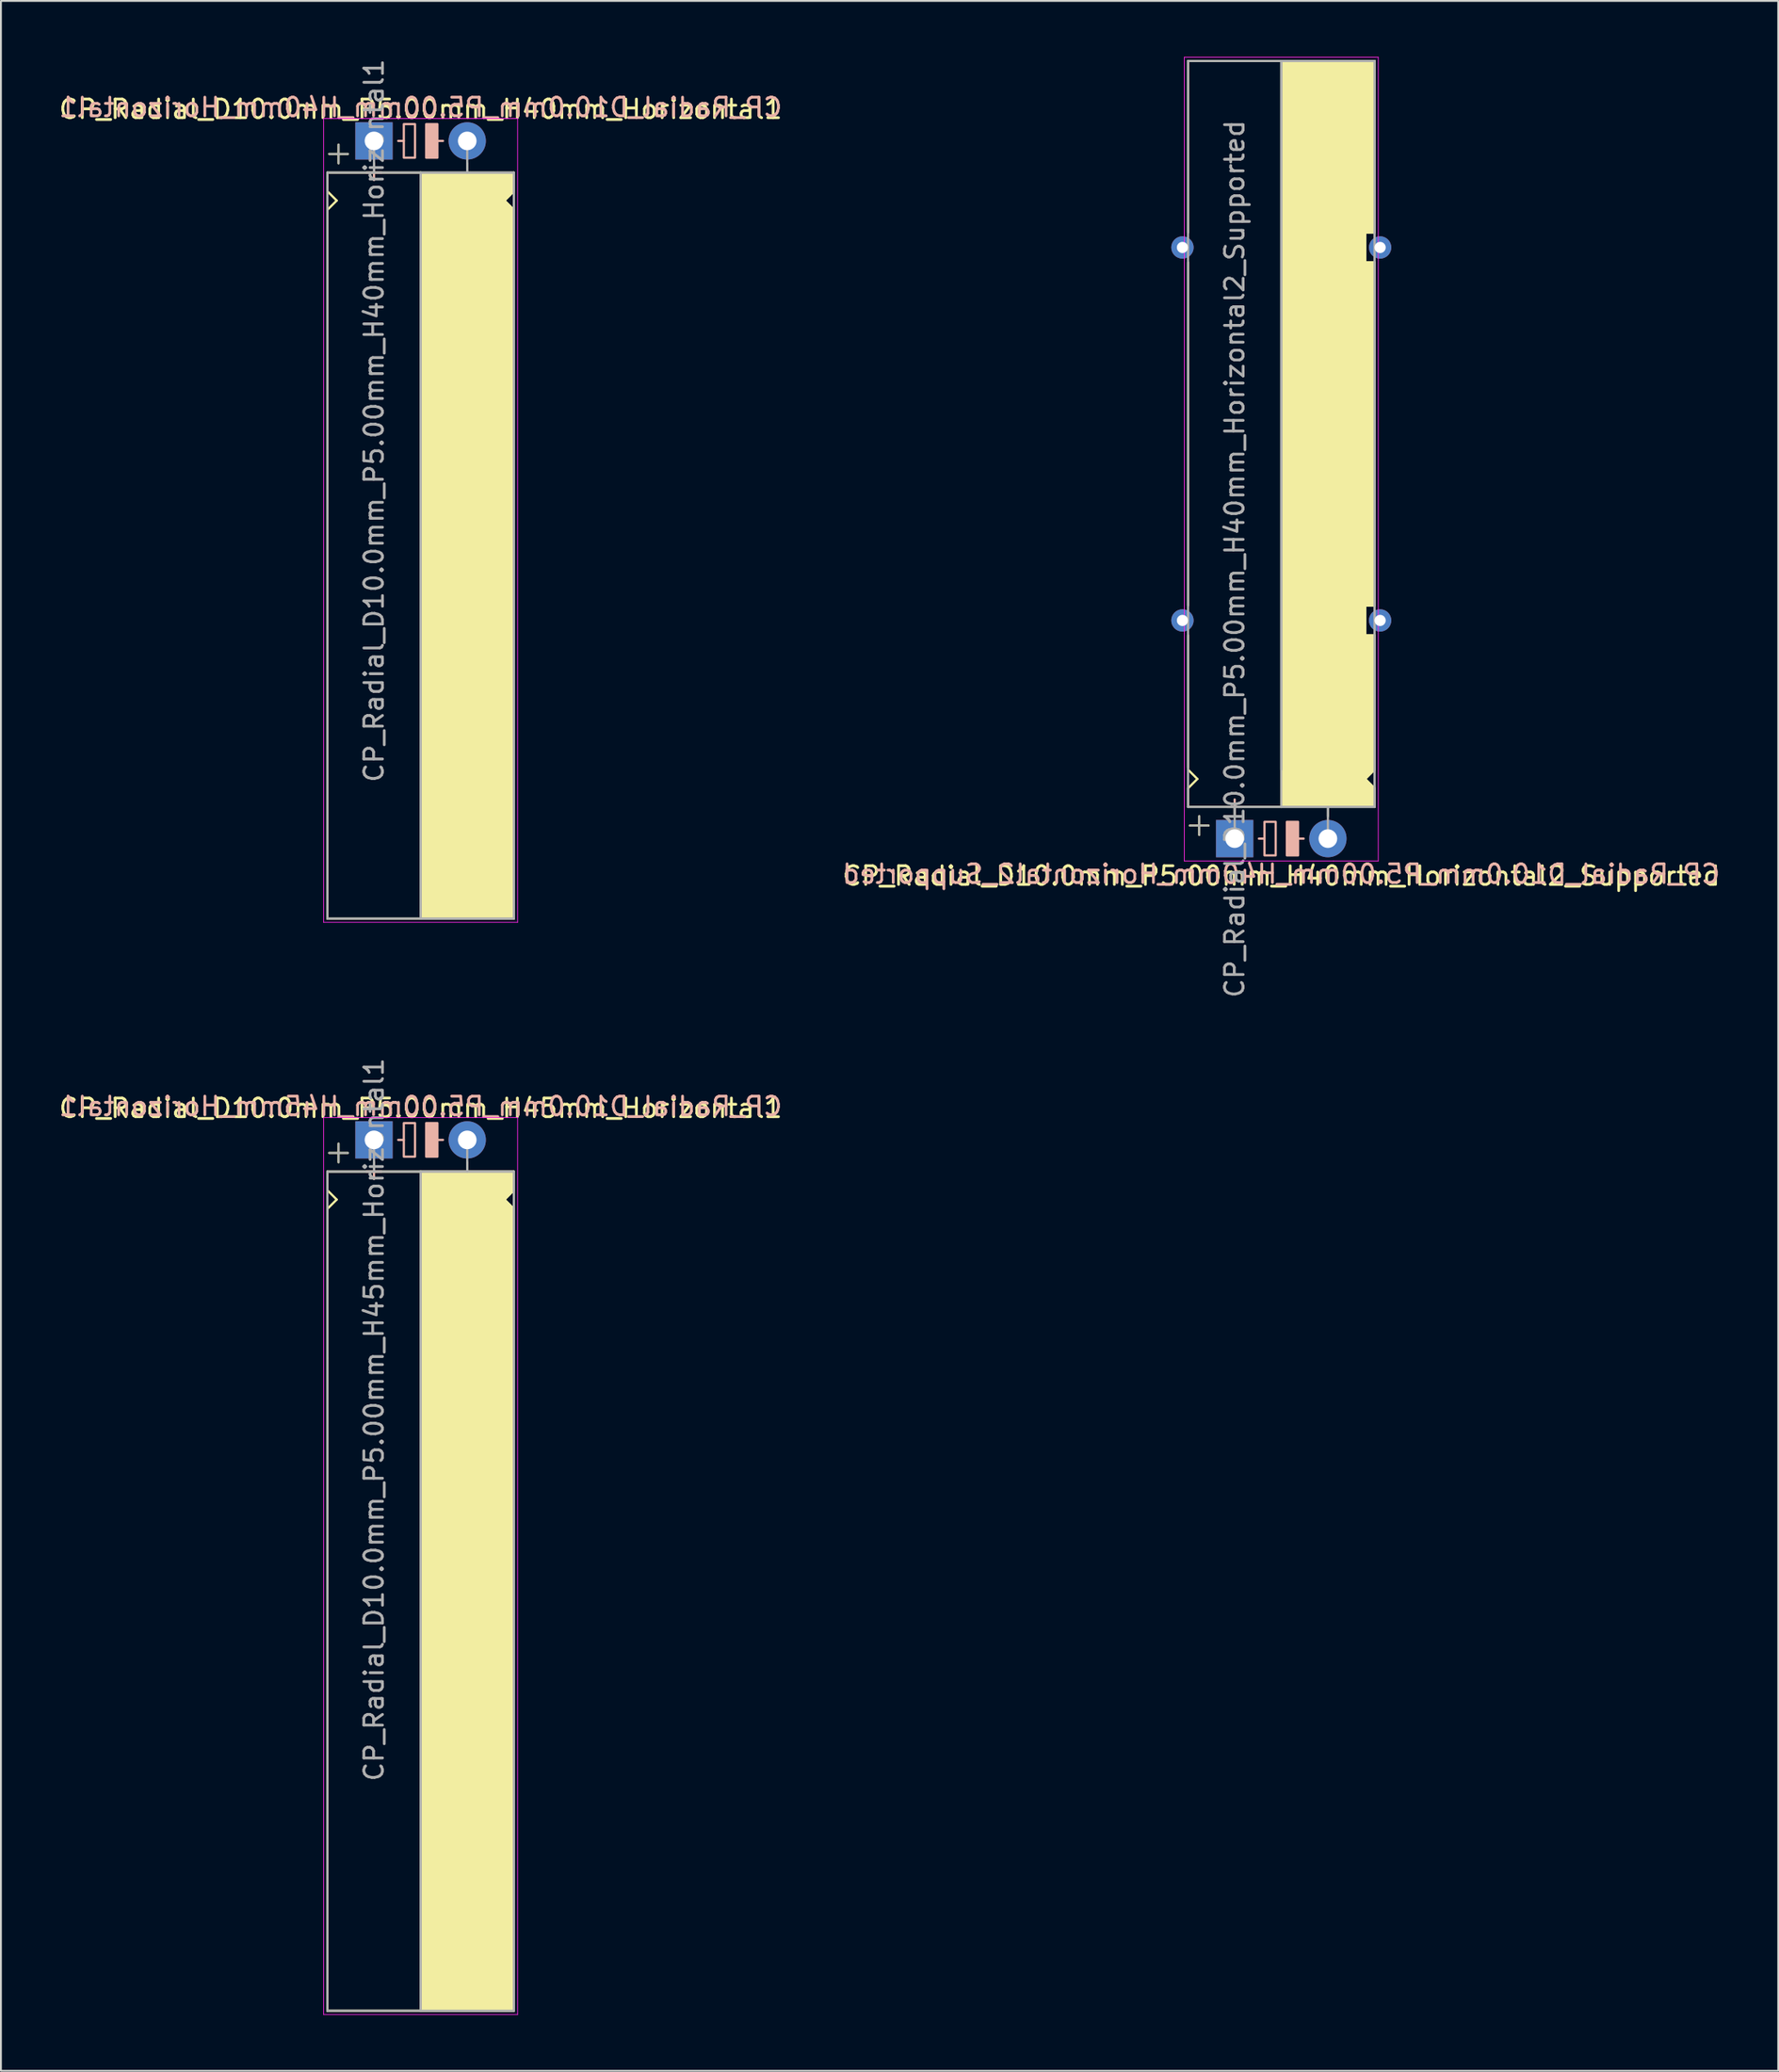
<source format=kicad_pcb>
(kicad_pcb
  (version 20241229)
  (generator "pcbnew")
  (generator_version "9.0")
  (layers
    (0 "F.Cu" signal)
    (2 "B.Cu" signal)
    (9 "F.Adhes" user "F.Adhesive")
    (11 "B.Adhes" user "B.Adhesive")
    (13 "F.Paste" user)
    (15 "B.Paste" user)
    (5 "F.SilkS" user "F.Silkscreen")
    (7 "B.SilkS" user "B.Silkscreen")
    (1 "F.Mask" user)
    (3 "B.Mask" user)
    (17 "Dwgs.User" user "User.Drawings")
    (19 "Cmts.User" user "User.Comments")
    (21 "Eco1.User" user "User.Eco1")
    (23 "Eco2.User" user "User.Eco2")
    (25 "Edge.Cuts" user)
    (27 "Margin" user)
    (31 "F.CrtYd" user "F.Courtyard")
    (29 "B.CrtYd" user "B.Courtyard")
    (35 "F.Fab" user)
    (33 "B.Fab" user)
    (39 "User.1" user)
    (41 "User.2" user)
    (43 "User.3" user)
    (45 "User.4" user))
  (footprint "CP_Radial_D10.0mm_P5.00mm_H45mm_Horizontal1"
    (layer "F.Cu")
    (at 17.006 58.075)
    (property "Reference" "CP_Radial_D10.0mm_P5.00mm_H45mm_Horizontal1" (at 2.5 -1.7 0) (layer "F.SilkS") (effects (font (size 1 1) (thickness 0.15))))
    (fp_line (start -2.5 1.7) (end -2.5 2.7) (stroke (width 0.12) (type solid)) (layer "F.SilkS"))
    (fp_line (start -2.5 2.7) (end -2 3.2) (stroke (width 0.12) (type solid)) (layer "F.SilkS"))
    (fp_line (start -2.5 3.7) (end -2.5 11.7) (stroke (width 0.12) (type solid)) (layer "F.SilkS"))
    (fp_line (start -2.5 11.7) (end -2.5 46.7) (stroke (width 0.12) (type solid)) (layer "F.SilkS"))
    (fp_line (start -2.5 46.7) (end 7.5 46.7) (stroke (width 0.12) (type solid)) (layer "F.SilkS"))
    (fp_line (start -2 3.2) (end -2.5 3.7) (stroke (width 0.12) (type solid)) (layer "F.SilkS"))
    (fp_line (start -1.9 0.2) (end -1.9 1.2) (stroke (width 0.12) (type solid)) (layer "F.SilkS"))
    (fp_line (start -1.4 0.7) (end -2.4 0.7) (stroke (width 0.12) (type solid)) (layer "F.SilkS"))
    (fp_line (start 0 1.7) (end 0 1.2) (stroke (width 0.12) (type solid)) (layer "F.SilkS"))
    (fp_line (start 2.5 1.7) (end -2.5 1.7) (stroke (width 0.12) (type solid)) (layer "F.SilkS"))
    (fp_line (start 2.5 46.7) (end 2.5 1.7) (stroke (width 0.12) (type solid)) (layer "F.SilkS"))
    (fp_line (start 5 1.7) (end 5 1.2) (stroke (width 0.12) (type solid)) (layer "F.SilkS"))
    (fp_line (start 7 3.2) (end 7.5 3.7) (stroke (width 0.12) (type solid)) (layer "F.SilkS"))
    (fp_line (start 7.5 1.7) (end 2.5 1.7) (stroke (width 0.12) (type solid)) (layer "F.SilkS"))
    (fp_line (start 7.5 1.7) (end 7.5 2.7) (stroke (width 0.12) (type solid)) (layer "F.SilkS"))
    (fp_line (start 7.5 2.7) (end 7 3.2) (stroke (width 0.12) (type solid)) (layer "F.SilkS"))
    (fp_line (start 7.5 3.7) (end 7.5 11.7) (stroke (width 0.12) (type solid)) (layer "F.SilkS"))
    (fp_line (start 7.5 11.7) (end 7.5 46.7) (stroke (width 0.12) (type solid)) (layer "F.SilkS"))
    (fp_poly (pts (xy 7.5 2.7) (xy 7 3.2) (xy 7.5 3.7) (xy 7.5 46.7) (xy 2.5 46.7) (xy 2.5 1.7) (xy 7.5 1.7)) (stroke (width 0.1) (type solid)) (fill yes) (layer "F.SilkS"))
    (fp_line (start 0 1.3) (end 0 2.1) (stroke (width 0.12) (type solid)) (layer "B.SilkS"))
    (fp_line (start 0.4 1.7) (end -0.4 1.7) (stroke (width 0.12) (type solid)) (layer "B.SilkS"))
    (fp_line (start 1.6 0) (end 1.3 0) (stroke (width 0.12) (type solid)) (layer "B.SilkS"))
    (fp_line (start 3.7 0) (end 3.4 0) (stroke (width 0.12) (type solid)) (layer "B.SilkS"))
    (fp_rect (start 2.2 -0.9) (end 1.6 0.9) (stroke (width 0.12) (type solid)) (fill no) (layer "B.SilkS"))
    (fp_rect (start 3.4 -0.9) (end 2.8 0.9) (stroke (width 0.12) (type solid)) (fill yes) (layer "B.SilkS"))
    (fp_line (start -2.7 -1.2) (end 5.3 -1.2) (stroke (width 0.04) (type solid)) (layer "F.CrtYd"))
    (fp_line (start -2.7 46.9) (end -2.7 -1.2) (stroke (width 0.04) (type solid)) (layer "F.CrtYd"))
    (fp_line (start 5.3 -1.2) (end 7.7 -1.2) (stroke (width 0.04) (type solid)) (layer "F.CrtYd"))
    (fp_line (start 7.7 -1.2) (end 7.7 46.9) (stroke (width 0.04) (type solid)) (layer "F.CrtYd"))
    (fp_line (start 7.7 46.9) (end -2.7 46.9) (stroke (width 0.04) (type solid)) (layer "F.CrtYd"))
    (fp_line (start -2.5 1.7) (end -2.5 46.7) (stroke (width 0.12) (type solid)) (layer "F.Fab"))
    (fp_line (start -2.5 46.7) (end 7.5 46.7) (stroke (width 0.12) (type solid)) (layer "F.Fab"))
    (fp_line (start -2.4 0.7) (end -1.4 0.7) (stroke (width 0.1) (type solid)) (layer "F.Fab"))
    (fp_line (start -1.9 1.2) (end -1.9 0.2) (stroke (width 0.1) (type solid)) (layer "F.Fab"))
    (fp_line (start 0 1.7) (end 0 0) (stroke (width 0.12) (type solid)) (layer "F.Fab"))
    (fp_line (start 2.5 1.7) (end 2.5 46.7) (stroke (width 0.12) (type solid)) (layer "F.Fab"))
    (fp_line (start 5 1.7) (end 5 0) (stroke (width 0.12) (type solid)) (layer "F.Fab"))
    (fp_line (start 7.5 1.7) (end -2.5 1.7) (stroke (width 0.12) (type solid)) (layer "F.Fab"))
    (fp_line (start 7.5 46.7) (end 7.5 1.7) (stroke (width 0.12) (type solid)) (layer "F.Fab"))
    (fp_poly (pts (xy 7.5 46.7) (xy 2.5 46.7) (xy 2.5 1.7) (xy 7.5 1.7)) (stroke (width 0.1) (type solid)) (fill no) (layer "F.Fab"))
    (fp_text user "${REFERENCE}" (at 2.5 -1.8 0) (layer "B.SilkS") (effects (font (size 1 1) (thickness 0.15)) (justify mirror)))
    (fp_text user "${REFERENCE}" (at 0 15 90) (layer "F.Fab") (effects (font (size 1 1) (thickness 0.15))))
    (pad "1" thru_hole rect (at 0 0) (size 2 2) (drill 1) (layers "*.Cu" "*.Mask"))
    (pad "2" thru_hole circle (at 5 0) (size 2 2) (drill 1) (layers "*.Cu" "*.Mask")))
  (footprint "CP_Radial_D10.0mm_P5.00mm_H40mm_Horizontal1"
    (layer "F.Cu")
    (at 17.006 4.506)
    (property "Reference" "CP_Radial_D10.0mm_P5.00mm_H40mm_Horizontal1" (at 2.5 -1.7 0) (layer "F.SilkS") (effects (font (size 1 1) (thickness 0.15))))
    (fp_line (start -2.5 1.7) (end -2.5 2.7) (stroke (width 0.12) (type solid)) (layer "F.SilkS"))
    (fp_line (start -2.5 2.7) (end -2 3.2) (stroke (width 0.12) (type solid)) (layer "F.SilkS"))
    (fp_line (start -2.5 3.7) (end -2.5 11.7) (stroke (width 0.12) (type solid)) (layer "F.SilkS"))
    (fp_line (start -2.5 11.7) (end -2.5 41.7) (stroke (width 0.12) (type solid)) (layer "F.SilkS"))
    (fp_line (start -2.5 41.7) (end 7.5 41.7) (stroke (width 0.12) (type solid)) (layer "F.SilkS"))
    (fp_line (start -2 3.2) (end -2.5 3.7) (stroke (width 0.12) (type solid)) (layer "F.SilkS"))
    (fp_line (start -1.9 0.2) (end -1.9 1.2) (stroke (width 0.12) (type solid)) (layer "F.SilkS"))
    (fp_line (start -1.4 0.7) (end -2.4 0.7) (stroke (width 0.12) (type solid)) (layer "F.SilkS"))
    (fp_line (start 0 1.7) (end 0 1.2) (stroke (width 0.12) (type solid)) (layer "F.SilkS"))
    (fp_line (start 2.5 1.7) (end -2.5 1.7) (stroke (width 0.12) (type solid)) (layer "F.SilkS"))
    (fp_line (start 2.5 41.7) (end 2.5 1.7) (stroke (width 0.12) (type solid)) (layer "F.SilkS"))
    (fp_line (start 5 1.7) (end 5 1.2) (stroke (width 0.12) (type solid)) (layer "F.SilkS"))
    (fp_line (start 7 3.2) (end 7.5 3.7) (stroke (width 0.12) (type solid)) (layer "F.SilkS"))
    (fp_line (start 7.5 1.7) (end 2.5 1.7) (stroke (width 0.12) (type solid)) (layer "F.SilkS"))
    (fp_line (start 7.5 1.7) (end 7.5 2.7) (stroke (width 0.12) (type solid)) (layer "F.SilkS"))
    (fp_line (start 7.5 2.7) (end 7 3.2) (stroke (width 0.12) (type solid)) (layer "F.SilkS"))
    (fp_line (start 7.5 3.7) (end 7.5 11.7) (stroke (width 0.12) (type solid)) (layer "F.SilkS"))
    (fp_line (start 7.5 11.7) (end 7.5 41.7) (stroke (width 0.12) (type solid)) (layer "F.SilkS"))
    (fp_poly (pts (xy 7.5 2.7) (xy 7 3.2) (xy 7.5 3.7) (xy 7.5 41.7) (xy 2.5 41.7) (xy 2.5 1.7) (xy 7.5 1.7)) (stroke (width 0.1) (type solid)) (fill yes) (layer "F.SilkS"))
    (fp_line (start 0 1.3) (end 0 2.1) (stroke (width 0.12) (type solid)) (layer "B.SilkS"))
    (fp_line (start 0.4 1.7) (end -0.4 1.7) (stroke (width 0.12) (type solid)) (layer "B.SilkS"))
    (fp_line (start 1.6 0) (end 1.3 0) (stroke (width 0.12) (type solid)) (layer "B.SilkS"))
    (fp_line (start 3.7 0) (end 3.4 0) (stroke (width 0.12) (type solid)) (layer "B.SilkS"))
    (fp_rect (start 2.2 -0.9) (end 1.6 0.9) (stroke (width 0.12) (type solid)) (fill no) (layer "B.SilkS"))
    (fp_rect (start 3.4 -0.9) (end 2.8 0.9) (stroke (width 0.12) (type solid)) (fill yes) (layer "B.SilkS"))
    (fp_line (start -2.7 -1.2) (end 5.3 -1.2) (stroke (width 0.04) (type solid)) (layer "F.CrtYd"))
    (fp_line (start -2.7 41.9) (end -2.7 -1.2) (stroke (width 0.04) (type solid)) (layer "F.CrtYd"))
    (fp_line (start 5.3 -1.2) (end 7.7 -1.2) (stroke (width 0.04) (type solid)) (layer "F.CrtYd"))
    (fp_line (start 7.7 -1.2) (end 7.7 41.9) (stroke (width 0.04) (type solid)) (layer "F.CrtYd"))
    (fp_line (start 7.7 41.9) (end -2.7 41.9) (stroke (width 0.04) (type solid)) (layer "F.CrtYd"))
    (fp_line (start -2.5 1.7) (end -2.5 41.7) (stroke (width 0.12) (type solid)) (layer "F.Fab"))
    (fp_line (start -2.5 41.7) (end 7.5 41.7) (stroke (width 0.12) (type solid)) (layer "F.Fab"))
    (fp_line (start -2.4 0.7) (end -1.4 0.7) (stroke (width 0.1) (type solid)) (layer "F.Fab"))
    (fp_line (start -1.9 1.2) (end -1.9 0.2) (stroke (width 0.1) (type solid)) (layer "F.Fab"))
    (fp_line (start 0 1.7) (end 0 0) (stroke (width 0.12) (type solid)) (layer "F.Fab"))
    (fp_line (start 2.5 1.7) (end 2.5 41.7) (stroke (width 0.12) (type solid)) (layer "F.Fab"))
    (fp_line (start 5 1.7) (end 5 0) (stroke (width 0.12) (type solid)) (layer "F.Fab"))
    (fp_line (start 7.5 1.7) (end -2.5 1.7) (stroke (width 0.12) (type solid)) (layer "F.Fab"))
    (fp_line (start 7.5 41.7) (end 7.5 1.7) (stroke (width 0.12) (type solid)) (layer "F.Fab"))
    (fp_poly (pts (xy 7.5 41.7) (xy 2.5 41.7) (xy 2.5 1.7) (xy 7.5 1.7)) (stroke (width 0.1) (type solid)) (fill no) (layer "F.Fab"))
    (fp_text user "${REFERENCE}" (at 2.5 -1.8 0) (layer "B.SilkS") (effects (font (size 1 1) (thickness 0.15)) (justify mirror)))
    (fp_text user "${REFERENCE}" (at 0 15 90) (layer "F.Fab") (effects (font (size 1 1) (thickness 0.15))))
    (pad "1" thru_hole rect (at 0 0) (size 2 2) (drill 1) (layers "*.Cu" "*.Mask"))
    (pad "2" thru_hole circle (at 5 0) (size 2 2) (drill 1) (layers "*.Cu" "*.Mask")))
  (footprint "CP_Radial_D10.0mm_P5.00mm_H40mm_Horizontal2_Supported"
    (layer "F.Cu")
    (at 63.161 41.92)
    (property "Reference" "CP_Radial_D10.0mm_P5.00mm_H40mm_Horizontal2_Supported" (at 2.5 2 0) (layer "F.SilkS") (effects (font (size 1 1) (thickness 0.15))))
    (fp_line (start -2.5 -41.7) (end 7.5 -41.7) (stroke (width 0.12) (type solid)) (layer "F.SilkS"))
    (fp_line (start -2.5 -32.5) (end -2.5 -41.7) (stroke (width 0.12) (type solid)) (layer "F.SilkS"))
    (fp_line (start -2.5 -12.5) (end -2.5 -30.9) (stroke (width 0.12) (type solid)) (layer "F.SilkS"))
    (fp_line (start -2.5 -3.8) (end -2.5 -10.9) (stroke (width 0.12) (type solid)) (layer "F.SilkS"))
    (fp_line (start -2.5 -2.7) (end -2 -3.2) (stroke (width 0.12) (type solid)) (layer "F.SilkS"))
    (fp_line (start -2.5 -1.7) (end -2.5 -2.7) (stroke (width 0.12) (type solid)) (layer "F.SilkS"))
    (fp_line (start -2 -3.2) (end -2.5 -3.7) (stroke (width 0.12) (type solid)) (layer "F.SilkS"))
    (fp_line (start -1.9 -1.2) (end -1.9 -0.2) (stroke (width 0.12) (type solid)) (layer "F.SilkS"))
    (fp_line (start -1.4 -0.7) (end -2.4 -0.7) (stroke (width 0.12) (type solid)) (layer "F.SilkS"))
    (fp_line (start 0 -1.7) (end 0 -1.2) (stroke (width 0.12) (type solid)) (layer "F.SilkS"))
    (fp_line (start 2.5 -41.7) (end 2.5 -1.7) (stroke (width 0.12) (type solid)) (layer "F.SilkS"))
    (fp_line (start 2.5 -1.7) (end -2.5 -1.7) (stroke (width 0.12) (type solid)) (layer "F.SilkS"))
    (fp_line (start 5 -1.7) (end 5 -1.2) (stroke (width 0.12) (type solid)) (layer "F.SilkS"))
    (fp_line (start 7 -32.5) (end 7.5 -32.5) (stroke (width 0.12) (type solid)) (layer "F.SilkS"))
    (fp_line (start 7 -30.9) (end 7 -32.5) (stroke (width 0.12) (type solid)) (layer "F.SilkS"))
    (fp_line (start 7 -12.5) (end 7.5 -12.5) (stroke (width 0.12) (type solid)) (layer "F.SilkS"))
    (fp_line (start 7 -10.9) (end 7 -12.5) (stroke (width 0.12) (type solid)) (layer "F.SilkS"))
    (fp_line (start 7 -3.2) (end 7.5 -3.7) (stroke (width 0.12) (type solid)) (layer "F.SilkS"))
    (fp_line (start 7.5 -32.5) (end 7.5 -41.7) (stroke (width 0.12) (type solid)) (layer "F.SilkS"))
    (fp_line (start 7.5 -30.9) (end 7 -30.9) (stroke (width 0.12) (type solid)) (layer "F.SilkS"))
    (fp_line (start 7.5 -12.5) (end 7.5 -30.9) (stroke (width 0.12) (type solid)) (layer "F.SilkS"))
    (fp_line (start 7.5 -10.9) (end 7 -10.9) (stroke (width 0.12) (type solid)) (layer "F.SilkS"))
    (fp_line (start 7.5 -3.7) (end 7.5 -10.9) (stroke (width 0.12) (type solid)) (layer "F.SilkS"))
    (fp_line (start 7.5 -2.7) (end 7 -3.2) (stroke (width 0.12) (type solid)) (layer "F.SilkS"))
    (fp_line (start 7.5 -1.7) (end 2.5 -1.7) (stroke (width 0.12) (type solid)) (layer "F.SilkS"))
    (fp_line (start 7.5 -1.7) (end 7.5 -2.7) (stroke (width 0.12) (type solid)) (layer "F.SilkS"))
    (fp_poly (pts (xy 7.5 -2.7) (xy 7 -3.2) (xy 7.5 -3.7) (xy 7.5 -10.9) (xy 7 -10.9) (xy 7 -12.5) (xy 7.5 -12.5) (xy 7.5 -30.9) (xy 7 -30.9) (xy 7 -32.5) (xy 7.5 -32.5) (xy 7.5 -41.7) (xy 2.5 -41.7) (xy 2.5 -1.7) (xy 7.5 -1.7)) (stroke (width 0.1) (type solid)) (fill yes) (layer "F.SilkS"))
    (fp_line (start 0 -2.1) (end 0 -1.3) (stroke (width 0.12) (type solid)) (layer "B.SilkS"))
    (fp_line (start 0.4 -1.7) (end -0.4 -1.7) (stroke (width 0.12) (type solid)) (layer "B.SilkS"))
    (fp_line (start 1.6 0) (end 1.3 0) (stroke (width 0.12) (type solid)) (layer "B.SilkS"))
    (fp_line (start 3.7 0) (end 3.4 0) (stroke (width 0.12) (type solid)) (layer "B.SilkS"))
    (fp_rect (start 2.2 -0.9) (end 1.6 0.9) (stroke (width 0.12) (type solid)) (fill no) (layer "B.SilkS"))
    (fp_rect (start 3.4 -0.9) (end 2.8 0.9) (stroke (width 0.12) (type solid)) (fill yes) (layer "B.SilkS"))
    (fp_line (start -2.7 -41.9) (end -2.7 1.2) (stroke (width 0.04) (type solid)) (layer "F.CrtYd"))
    (fp_line (start -2.7 1.2) (end 5.3 1.2) (stroke (width 0.04) (type solid)) (layer "F.CrtYd"))
    (fp_line (start 5.3 1.2) (end 7.7 1.2) (stroke (width 0.04) (type solid)) (layer "F.CrtYd"))
    (fp_line (start 7.7 -41.9) (end -2.7 -41.9) (stroke (width 0.04) (type solid)) (layer "F.CrtYd"))
    (fp_line (start 7.7 1.2) (end 7.7 -41.9) (stroke (width 0.04) (type solid)) (layer "F.CrtYd"))
    (fp_line (start -2.5 -41.7) (end 7.5 -41.7) (stroke (width 0.12) (type solid)) (layer "F.Fab"))
    (fp_line (start -2.5 -1.7) (end -2.5 -41.7) (stroke (width 0.12) (type solid)) (layer "F.Fab"))
    (fp_line (start -2.4 -0.7) (end -1.4 -0.7) (stroke (width 0.1) (type solid)) (layer "F.Fab"))
    (fp_line (start -1.9 -0.2) (end -1.9 -1.2) (stroke (width 0.1) (type solid)) (layer "F.Fab"))
    (fp_line (start 0 -1.7) (end 0 0) (stroke (width 0.12) (type solid)) (layer "F.Fab"))
    (fp_line (start 2.5 -3.7) (end 2.5 -41.7) (stroke (width 0.12) (type solid)) (layer "F.Fab"))
    (fp_line (start 5 -1.7) (end 5 0) (stroke (width 0.12) (type solid)) (layer "F.Fab"))
    (fp_line (start 7.5 -41.7) (end 7.5 -1.7) (stroke (width 0.12) (type solid)) (layer "F.Fab"))
    (fp_line (start 7.5 -1.7) (end -2.5 -1.7) (stroke (width 0.12) (type solid)) (layer "F.Fab"))
    (fp_poly (pts (xy 7.5 -41.7) (xy 2.5 -41.7) (xy 2.5 -1.7) (xy 7.5 -1.7)) (stroke (width 0.1) (type solid)) (fill no) (layer "F.Fab"))
    (fp_text user "${REFERENCE}" (at 2.5 1.9 0) (layer "B.SilkS") (effects (font (size 1 1) (thickness 0.15)) (justify mirror)))
    (fp_text user "${REFERENCE}" (at 0 -15 90) (layer "F.Fab") (effects (font (size 1 1) (thickness 0.15))))
    (pad "1" thru_hole rect (at 0 0) (size 2 2) (drill 1) (layers "*.Cu" "*.Mask"))
    (pad "2" thru_hole circle (at 5 0) (size 2 2) (drill 1) (layers "*.Cu" "*.Mask"))
    (pad "~" thru_hole circle (at -2.8 -31.7 180) (size 1.2 1.2) (drill 0.6) (layers "*.Cu" "*.Mask"))
    (pad "~" thru_hole circle (at -2.8 -11.7) (size 1.2 1.2) (drill 0.6) (layers "*.Cu" "*.Mask"))
    (pad "~" thru_hole circle (at 7.8 -31.7 180) (size 1.2 1.2) (drill 0.6) (layers "*.Cu" "*.Mask"))
    (pad "~" thru_hole circle (at 7.8 -11.7 180) (size 1.2 1.2) (drill 0.6) (layers "*.Cu" "*.Mask")))
  (gr_rect
    (start -3 -3)
    (end 92.31 107.995)
    (stroke (width 0.1) (type default))
    (fill no)
    (layer "Edge.Cuts")))
</source>
